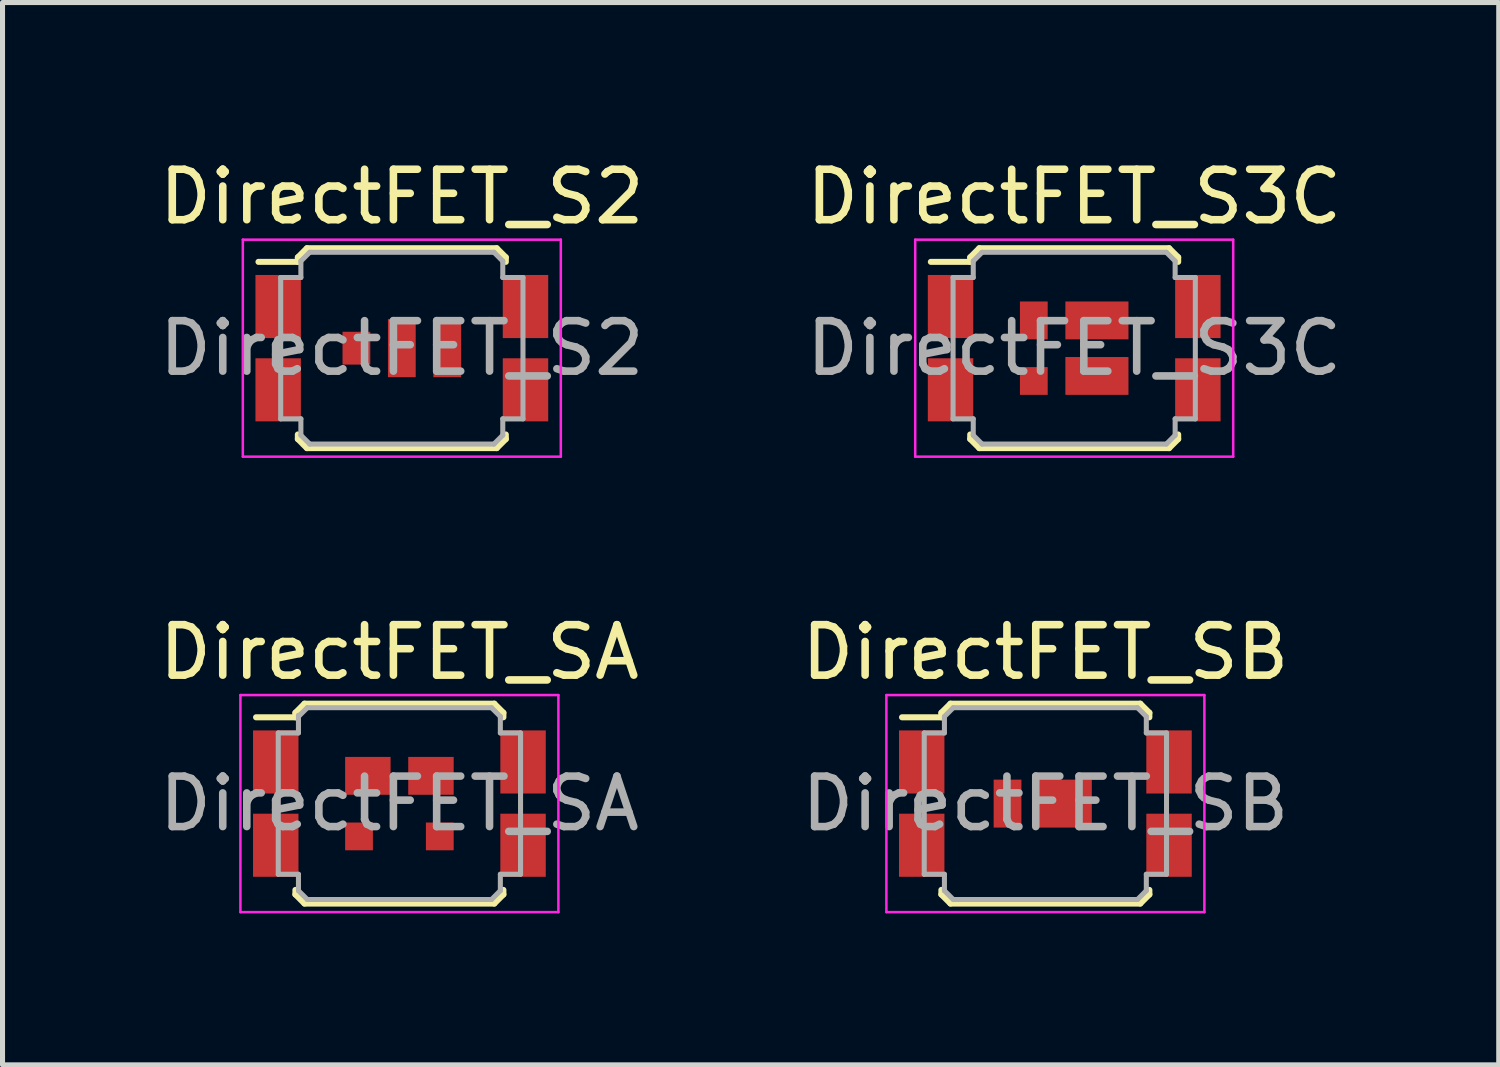
<source format=kicad_pcb>
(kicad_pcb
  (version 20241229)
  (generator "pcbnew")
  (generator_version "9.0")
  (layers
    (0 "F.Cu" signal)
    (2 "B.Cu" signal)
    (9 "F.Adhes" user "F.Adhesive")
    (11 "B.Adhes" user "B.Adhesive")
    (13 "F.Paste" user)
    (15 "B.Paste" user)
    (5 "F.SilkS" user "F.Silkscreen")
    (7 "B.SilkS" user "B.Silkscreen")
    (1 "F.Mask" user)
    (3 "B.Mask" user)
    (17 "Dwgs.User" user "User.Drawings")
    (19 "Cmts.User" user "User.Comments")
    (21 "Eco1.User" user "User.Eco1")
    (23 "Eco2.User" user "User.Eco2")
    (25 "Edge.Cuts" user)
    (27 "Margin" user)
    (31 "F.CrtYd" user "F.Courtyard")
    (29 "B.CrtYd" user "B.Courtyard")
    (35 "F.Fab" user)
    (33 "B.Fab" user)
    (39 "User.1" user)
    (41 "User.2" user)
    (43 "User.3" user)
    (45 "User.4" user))
  (footprint "DirectFET_S2"
    (layer "F.Cu")
    (at 4.911 3.848)
    (property "Reference" "DirectFET_S2" (at 0 -3 0) (layer "F.SilkS") (effects (font (size 1 1) (thickness 0.15))))
    (attr smd)
    (fp_line (start -2.84 -1.71) (end -2.06 -1.71) (stroke (width 0.12) (type solid)) (layer "F.SilkS"))
    (fp_line (start -2.06 -1.8) (end -1.88 -1.98) (stroke (width 0.12) (type solid)) (layer "F.SilkS"))
    (fp_line (start -2.06 -1.71) (end -2.06 -1.8) (stroke (width 0.12) (type solid)) (layer "F.SilkS"))
    (fp_line (start -2.06 1.71) (end -2.06 1.8) (stroke (width 0.12) (type solid)) (layer "F.SilkS"))
    (fp_line (start -2.06 1.8) (end -1.88 1.98) (stroke (width 0.12) (type solid)) (layer "F.SilkS"))
    (fp_line (start -1.88 -1.98) (end 1.88 -1.98) (stroke (width 0.12) (type solid)) (layer "F.SilkS"))
    (fp_line (start -1.88 1.98) (end 1.88 1.98) (stroke (width 0.12) (type solid)) (layer "F.SilkS"))
    (fp_line (start 2.06 -1.8) (end 1.88 -1.98) (stroke (width 0.12) (type solid)) (layer "F.SilkS"))
    (fp_line (start 2.06 -1.71) (end 2.06 -1.8) (stroke (width 0.12) (type solid)) (layer "F.SilkS"))
    (fp_line (start 2.06 1.71) (end 2.06 1.8) (stroke (width 0.12) (type solid)) (layer "F.SilkS"))
    (fp_line (start 2.06 1.8) (end 1.88 1.98) (stroke (width 0.12) (type solid)) (layer "F.SilkS"))
    (fp_line (start -3.15 -2.15) (end -3.15 2.15) (stroke (width 0.05) (type solid)) (layer "F.CrtYd"))
    (fp_line (start -3.15 -2.15) (end 3.15 -2.15) (stroke (width 0.05) (type solid)) (layer "F.CrtYd"))
    (fp_line (start -3.15 2.15) (end 3.15 2.15) (stroke (width 0.05) (type solid)) (layer "F.CrtYd"))
    (fp_line (start 3.15 -2.15) (end 3.15 2.15) (stroke (width 0.05) (type solid)) (layer "F.CrtYd"))
    (fp_line (start -2.4 -1.4) (end -2 -1.4) (stroke (width 0.1) (type solid)) (layer "F.Fab"))
    (fp_line (start -2.4 1.4) (end -2.4 -1.4) (stroke (width 0.1) (type solid)) (layer "F.Fab"))
    (fp_line (start -2.4 1.4) (end -2 1.4) (stroke (width 0.1) (type solid)) (layer "F.Fab"))
    (fp_line (start -2 -1.725) (end -1.825 -1.9) (stroke (width 0.1) (type solid)) (layer "F.Fab"))
    (fp_line (start -2 -1.4) (end -2 -1.725) (stroke (width 0.1) (type solid)) (layer "F.Fab"))
    (fp_line (start -2 1.4) (end -2 1.725) (stroke (width 0.1) (type solid)) (layer "F.Fab"))
    (fp_line (start -2 1.725) (end -1.825 1.9) (stroke (width 0.1) (type solid)) (layer "F.Fab"))
    (fp_line (start -1.825 -1.9) (end 1.825 -1.9) (stroke (width 0.1) (type solid)) (layer "F.Fab"))
    (fp_line (start -1.825 1.9) (end 1.825 1.9) (stroke (width 0.1) (type solid)) (layer "F.Fab"))
    (fp_line (start 1.825 -1.9) (end 2 -1.725) (stroke (width 0.1) (type solid)) (layer "F.Fab"))
    (fp_line (start 1.825 1.9) (end 2 1.725) (stroke (width 0.1) (type solid)) (layer "F.Fab"))
    (fp_line (start 2 -1.4) (end 2 -1.725) (stroke (width 0.1) (type solid)) (layer "F.Fab"))
    (fp_line (start 2 1.4) (end 2 1.725) (stroke (width 0.1) (type solid)) (layer "F.Fab"))
    (fp_line (start 2.4 -1.4) (end 2 -1.4) (stroke (width 0.1) (type solid)) (layer "F.Fab"))
    (fp_line (start 2.4 1.4) (end 2 1.4) (stroke (width 0.1) (type solid)) (layer "F.Fab"))
    (fp_line (start 2.4 1.4) (end 2.4 -1.4) (stroke (width 0.1) (type solid)) (layer "F.Fab"))
    (fp_text user "${REFERENCE}" (at 0 0 0) (layer "F.Fab") (effects (font (size 1 1) (thickness 0.15))))
    (pad "1" smd rect (at -2.45 -0.825) (size 0.9 1.25) (layers "F.Cu" "F.Mask" "F.Paste"))
    (pad "1" smd rect (at -2.45 0.825) (size 0.9 1.25) (layers "F.Cu" "F.Mask" "F.Paste"))
    (pad "1" smd rect (at 2.45 -0.825) (size 0.9 1.25) (layers "F.Cu" "F.Mask" "F.Paste"))
    (pad "1" smd rect (at 2.45 0.825) (size 0.9 1.25) (layers "F.Cu" "F.Mask" "F.Paste"))
    (pad "2" smd rect (at -0.9 0) (size 0.55 0.65) (layers "F.Cu" "F.Mask" "F.Paste"))
    (pad "3" smd rect (at 0 0) (size 0.55 1.15) (layers "F.Cu" "F.Mask" "F.Paste"))
    (pad "3" smd rect (at 0.9 0) (size 0.55 1.15) (layers "F.Cu" "F.Mask" "F.Paste")))
  (footprint "DirectFET_S3C"
    (layer "F.Cu")
    (at 18.232 3.848)
    (property "Reference" "DirectFET_S3C" (at 0 -3 0) (layer "F.SilkS") (effects (font (size 1 1) (thickness 0.15))))
    (attr smd)
    (fp_line (start -2.84 -1.71) (end -2.06 -1.71) (stroke (width 0.12) (type solid)) (layer "F.SilkS"))
    (fp_line (start -2.06 -1.8) (end -1.88 -1.98) (stroke (width 0.12) (type solid)) (layer "F.SilkS"))
    (fp_line (start -2.06 -1.71) (end -2.06 -1.8) (stroke (width 0.12) (type solid)) (layer "F.SilkS"))
    (fp_line (start -2.06 1.71) (end -2.06 1.8) (stroke (width 0.12) (type solid)) (layer "F.SilkS"))
    (fp_line (start -2.06 1.8) (end -1.88 1.98) (stroke (width 0.12) (type solid)) (layer "F.SilkS"))
    (fp_line (start -1.88 -1.98) (end 1.88 -1.98) (stroke (width 0.12) (type solid)) (layer "F.SilkS"))
    (fp_line (start -1.88 1.98) (end 1.88 1.98) (stroke (width 0.12) (type solid)) (layer "F.SilkS"))
    (fp_line (start 2.06 -1.8) (end 1.88 -1.98) (stroke (width 0.12) (type solid)) (layer "F.SilkS"))
    (fp_line (start 2.06 -1.71) (end 2.06 -1.8) (stroke (width 0.12) (type solid)) (layer "F.SilkS"))
    (fp_line (start 2.06 1.71) (end 2.06 1.8) (stroke (width 0.12) (type solid)) (layer "F.SilkS"))
    (fp_line (start 2.06 1.8) (end 1.88 1.98) (stroke (width 0.12) (type solid)) (layer "F.SilkS"))
    (fp_line (start -3.15 -2.15) (end -3.15 2.15) (stroke (width 0.05) (type solid)) (layer "F.CrtYd"))
    (fp_line (start -3.15 -2.15) (end 3.15 -2.15) (stroke (width 0.05) (type solid)) (layer "F.CrtYd"))
    (fp_line (start -3.15 2.15) (end 3.15 2.15) (stroke (width 0.05) (type solid)) (layer "F.CrtYd"))
    (fp_line (start 3.15 -2.15) (end 3.15 2.15) (stroke (width 0.05) (type solid)) (layer "F.CrtYd"))
    (fp_line (start -2.4 -1.4) (end -2 -1.4) (stroke (width 0.1) (type solid)) (layer "F.Fab"))
    (fp_line (start -2.4 1.4) (end -2.4 -1.4) (stroke (width 0.1) (type solid)) (layer "F.Fab"))
    (fp_line (start -2.4 1.4) (end -2 1.4) (stroke (width 0.1) (type solid)) (layer "F.Fab"))
    (fp_line (start -2 -1.725) (end -1.825 -1.9) (stroke (width 0.1) (type solid)) (layer "F.Fab"))
    (fp_line (start -2 -1.4) (end -2 -1.725) (stroke (width 0.1) (type solid)) (layer "F.Fab"))
    (fp_line (start -2 1.4) (end -2 1.725) (stroke (width 0.1) (type solid)) (layer "F.Fab"))
    (fp_line (start -2 1.725) (end -1.825 1.9) (stroke (width 0.1) (type solid)) (layer "F.Fab"))
    (fp_line (start -1.825 -1.9) (end 1.825 -1.9) (stroke (width 0.1) (type solid)) (layer "F.Fab"))
    (fp_line (start -1.825 1.9) (end 1.825 1.9) (stroke (width 0.1) (type solid)) (layer "F.Fab"))
    (fp_line (start 1.825 -1.9) (end 2 -1.725) (stroke (width 0.1) (type solid)) (layer "F.Fab"))
    (fp_line (start 1.825 1.9) (end 2 1.725) (stroke (width 0.1) (type solid)) (layer "F.Fab"))
    (fp_line (start 2 -1.4) (end 2 -1.725) (stroke (width 0.1) (type solid)) (layer "F.Fab"))
    (fp_line (start 2 1.4) (end 2 1.725) (stroke (width 0.1) (type solid)) (layer "F.Fab"))
    (fp_line (start 2.4 -1.4) (end 2 -1.4) (stroke (width 0.1) (type solid)) (layer "F.Fab"))
    (fp_line (start 2.4 1.4) (end 2 1.4) (stroke (width 0.1) (type solid)) (layer "F.Fab"))
    (fp_line (start 2.4 1.4) (end 2.4 -1.4) (stroke (width 0.1) (type solid)) (layer "F.Fab"))
    (fp_text user "${REFERENCE}" (at 0 0 0) (layer "F.Fab") (effects (font (size 1 1) (thickness 0.15))))
    (pad "1" smd rect (at -2.45 -0.825) (size 0.9 1.25) (layers "F.Cu" "F.Mask" "F.Paste"))
    (pad "1" smd rect (at -2.45 0.825) (size 0.9 1.25) (layers "F.Cu" "F.Mask" "F.Paste"))
    (pad "1" smd rect (at 2.45 -0.825) (size 0.9 1.25) (layers "F.Cu" "F.Mask" "F.Paste"))
    (pad "1" smd rect (at 2.45 0.825) (size 0.9 1.25) (layers "F.Cu" "F.Mask" "F.Paste"))
    (pad "2" smd rect (at -0.8 0.65) (size 0.55 0.55) (layers "F.Cu" "F.Mask" "F.Paste"))
    (pad "3" smd rect (at -0.8 -0.55) (size 0.55 0.75) (layers "F.Cu" "F.Mask" "F.Paste"))
    (pad "3" smd rect (at 0.45 -0.55) (size 1.25 0.75) (layers "F.Cu" "F.Mask" "F.Paste"))
    (pad "3" smd rect (at 0.45 0.55) (size 1.25 0.75) (layers "F.Cu" "F.Mask" "F.Paste")))
  (footprint "DirectFET_SB"
    (layer "F.Cu")
    (at 17.661 12.871)
    (property "Reference" "DirectFET_SB" (at 0 -3 0) (layer "F.SilkS") (effects (font (size 1 1) (thickness 0.15))))
    (attr smd)
    (fp_line (start -2.84 -1.71) (end -2.06 -1.71) (stroke (width 0.12) (type solid)) (layer "F.SilkS"))
    (fp_line (start -2.06 -1.8) (end -1.88 -1.98) (stroke (width 0.12) (type solid)) (layer "F.SilkS"))
    (fp_line (start -2.06 -1.71) (end -2.06 -1.8) (stroke (width 0.12) (type solid)) (layer "F.SilkS"))
    (fp_line (start -2.06 1.71) (end -2.06 1.8) (stroke (width 0.12) (type solid)) (layer "F.SilkS"))
    (fp_line (start -2.06 1.8) (end -1.88 1.98) (stroke (width 0.12) (type solid)) (layer "F.SilkS"))
    (fp_line (start -1.88 -1.98) (end 1.88 -1.98) (stroke (width 0.12) (type solid)) (layer "F.SilkS"))
    (fp_line (start -1.88 1.98) (end 1.88 1.98) (stroke (width 0.12) (type solid)) (layer "F.SilkS"))
    (fp_line (start 2.06 -1.8) (end 1.88 -1.98) (stroke (width 0.12) (type solid)) (layer "F.SilkS"))
    (fp_line (start 2.06 -1.71) (end 2.06 -1.8) (stroke (width 0.12) (type solid)) (layer "F.SilkS"))
    (fp_line (start 2.06 1.71) (end 2.06 1.8) (stroke (width 0.12) (type solid)) (layer "F.SilkS"))
    (fp_line (start 2.06 1.8) (end 1.88 1.98) (stroke (width 0.12) (type solid)) (layer "F.SilkS"))
    (fp_line (start -3.15 -2.15) (end -3.15 2.15) (stroke (width 0.05) (type solid)) (layer "F.CrtYd"))
    (fp_line (start -3.15 -2.15) (end 3.15 -2.15) (stroke (width 0.05) (type solid)) (layer "F.CrtYd"))
    (fp_line (start -3.15 2.15) (end 3.15 2.15) (stroke (width 0.05) (type solid)) (layer "F.CrtYd"))
    (fp_line (start 3.15 -2.15) (end 3.15 2.15) (stroke (width 0.05) (type solid)) (layer "F.CrtYd"))
    (fp_line (start -2.4 -1.4) (end -2 -1.4) (stroke (width 0.1) (type solid)) (layer "F.Fab"))
    (fp_line (start -2.4 1.4) (end -2.4 -1.4) (stroke (width 0.1) (type solid)) (layer "F.Fab"))
    (fp_line (start -2.4 1.4) (end -2 1.4) (stroke (width 0.1) (type solid)) (layer "F.Fab"))
    (fp_line (start -2 -1.725) (end -1.825 -1.9) (stroke (width 0.1) (type solid)) (layer "F.Fab"))
    (fp_line (start -2 -1.4) (end -2 -1.725) (stroke (width 0.1) (type solid)) (layer "F.Fab"))
    (fp_line (start -2 1.4) (end -2 1.725) (stroke (width 0.1) (type solid)) (layer "F.Fab"))
    (fp_line (start -2 1.725) (end -1.825 1.9) (stroke (width 0.1) (type solid)) (layer "F.Fab"))
    (fp_line (start -1.825 -1.9) (end 1.825 -1.9) (stroke (width 0.1) (type solid)) (layer "F.Fab"))
    (fp_line (start -1.825 1.9) (end 1.825 1.9) (stroke (width 0.1) (type solid)) (layer "F.Fab"))
    (fp_line (start 1.825 -1.9) (end 2 -1.725) (stroke (width 0.1) (type solid)) (layer "F.Fab"))
    (fp_line (start 1.825 1.9) (end 2 1.725) (stroke (width 0.1) (type solid)) (layer "F.Fab"))
    (fp_line (start 2 -1.4) (end 2 -1.725) (stroke (width 0.1) (type solid)) (layer "F.Fab"))
    (fp_line (start 2 1.4) (end 2 1.725) (stroke (width 0.1) (type solid)) (layer "F.Fab"))
    (fp_line (start 2.4 -1.4) (end 2 -1.4) (stroke (width 0.1) (type solid)) (layer "F.Fab"))
    (fp_line (start 2.4 1.4) (end 2 1.4) (stroke (width 0.1) (type solid)) (layer "F.Fab"))
    (fp_line (start 2.4 1.4) (end 2.4 -1.4) (stroke (width 0.1) (type solid)) (layer "F.Fab"))
    (fp_text user "${REFERENCE}" (at 0 0 0) (layer "F.Fab") (effects (font (size 1 1) (thickness 0.15))))
    (pad "1" smd rect (at -2.45 -0.825) (size 0.9 1.25) (layers "F.Cu" "F.Mask" "F.Paste"))
    (pad "1" smd rect (at -2.45 0.825) (size 0.9 1.25) (layers "F.Cu" "F.Mask" "F.Paste"))
    (pad "1" smd rect (at 2.45 -0.825) (size 0.9 1.25) (layers "F.Cu" "F.Mask" "F.Paste"))
    (pad "1" smd rect (at 2.45 0.825) (size 0.9 1.25) (layers "F.Cu" "F.Mask" "F.Paste"))
    (pad "2" smd rect (at -0.75 0) (size 0.55 0.95) (layers "F.Cu" "F.Mask" "F.Paste"))
    (pad "3" smd rect (at 0.395 0) (size 1.05 0.95) (layers "F.Cu" "F.Mask" "F.Paste")))
  (footprint "DirectFET_SA"
    (layer "F.Cu")
    (at 4.863 12.871)
    (property "Reference" "DirectFET_SA" (at 0 -3 0) (layer "F.SilkS") (effects (font (size 1 1) (thickness 0.15))))
    (attr smd)
    (fp_line (start -2.84 -1.71) (end -2.06 -1.71) (stroke (width 0.12) (type solid)) (layer "F.SilkS"))
    (fp_line (start -2.06 -1.8) (end -1.88 -1.98) (stroke (width 0.12) (type solid)) (layer "F.SilkS"))
    (fp_line (start -2.06 -1.71) (end -2.06 -1.8) (stroke (width 0.12) (type solid)) (layer "F.SilkS"))
    (fp_line (start -2.06 1.71) (end -2.06 1.8) (stroke (width 0.12) (type solid)) (layer "F.SilkS"))
    (fp_line (start -2.06 1.8) (end -1.88 1.98) (stroke (width 0.12) (type solid)) (layer "F.SilkS"))
    (fp_line (start -1.88 -1.98) (end 1.88 -1.98) (stroke (width 0.12) (type solid)) (layer "F.SilkS"))
    (fp_line (start -1.88 1.98) (end 1.88 1.98) (stroke (width 0.12) (type solid)) (layer "F.SilkS"))
    (fp_line (start 2.06 -1.8) (end 1.88 -1.98) (stroke (width 0.12) (type solid)) (layer "F.SilkS"))
    (fp_line (start 2.06 -1.71) (end 2.06 -1.8) (stroke (width 0.12) (type solid)) (layer "F.SilkS"))
    (fp_line (start 2.06 1.71) (end 2.06 1.8) (stroke (width 0.12) (type solid)) (layer "F.SilkS"))
    (fp_line (start 2.06 1.8) (end 1.88 1.98) (stroke (width 0.12) (type solid)) (layer "F.SilkS"))
    (fp_line (start -3.15 -2.15) (end -3.15 2.15) (stroke (width 0.05) (type solid)) (layer "F.CrtYd"))
    (fp_line (start -3.15 -2.15) (end 3.15 -2.15) (stroke (width 0.05) (type solid)) (layer "F.CrtYd"))
    (fp_line (start -3.15 2.15) (end 3.15 2.15) (stroke (width 0.05) (type solid)) (layer "F.CrtYd"))
    (fp_line (start 3.15 -2.15) (end 3.15 2.15) (stroke (width 0.05) (type solid)) (layer "F.CrtYd"))
    (fp_line (start -2.4 -1.4) (end -2 -1.4) (stroke (width 0.1) (type solid)) (layer "F.Fab"))
    (fp_line (start -2.4 1.4) (end -2.4 -1.4) (stroke (width 0.1) (type solid)) (layer "F.Fab"))
    (fp_line (start -2.4 1.4) (end -2 1.4) (stroke (width 0.1) (type solid)) (layer "F.Fab"))
    (fp_line (start -2 -1.725) (end -1.825 -1.9) (stroke (width 0.1) (type solid)) (layer "F.Fab"))
    (fp_line (start -2 -1.4) (end -2 -1.75) (stroke (width 0.1) (type solid)) (layer "F.Fab"))
    (fp_line (start -2 1.4) (end -2 1.725) (stroke (width 0.1) (type solid)) (layer "F.Fab"))
    (fp_line (start -2 1.725) (end -1.825 1.9) (stroke (width 0.1) (type solid)) (layer "F.Fab"))
    (fp_line (start -1.825 -1.9) (end 1.825 -1.9) (stroke (width 0.1) (type solid)) (layer "F.Fab"))
    (fp_line (start -1.825 1.9) (end 1.825 1.9) (stroke (width 0.1) (type solid)) (layer "F.Fab"))
    (fp_line (start 1.825 -1.9) (end 2 -1.725) (stroke (width 0.1) (type solid)) (layer "F.Fab"))
    (fp_line (start 1.825 1.9) (end 2 1.725) (stroke (width 0.1) (type solid)) (layer "F.Fab"))
    (fp_line (start 2 -1.4) (end 2 -1.725) (stroke (width 0.1) (type solid)) (layer "F.Fab"))
    (fp_line (start 2 1.4) (end 2 1.725) (stroke (width 0.1) (type solid)) (layer "F.Fab"))
    (fp_line (start 2.4 -1.4) (end 2 -1.4) (stroke (width 0.1) (type solid)) (layer "F.Fab"))
    (fp_line (start 2.4 1.4) (end 2 1.4) (stroke (width 0.1) (type solid)) (layer "F.Fab"))
    (fp_line (start 2.4 1.4) (end 2.4 -1.4) (stroke (width 0.1) (type solid)) (layer "F.Fab"))
    (fp_text user "${REFERENCE}" (at 0 0 0) (layer "F.Fab") (effects (font (size 1 1) (thickness 0.15))))
    (pad "1" smd rect (at -2.45 -0.825) (size 0.9 1.25) (layers "F.Cu" "F.Mask" "F.Paste"))
    (pad "1" smd rect (at -2.45 0.825) (size 0.9 1.25) (layers "F.Cu" "F.Mask" "F.Paste"))
    (pad "1" smd rect (at 2.45 -0.825) (size 0.9 1.25) (layers "F.Cu" "F.Mask" "F.Paste"))
    (pad "1" smd rect (at 2.45 0.825) (size 0.9 1.25) (layers "F.Cu" "F.Mask" "F.Paste"))
    (pad "2" smd rect (at -0.8 0.65) (size 0.55 0.55) (layers "F.Cu" "F.Mask" "F.Paste"))
    (pad "2" smd rect (at 0.8 0.65) (size 0.55 0.55) (layers "F.Cu" "F.Mask" "F.Paste"))
    (pad "3" smd rect (at -0.625 -0.55) (size 0.9 0.75) (layers "F.Cu" "F.Mask" "F.Paste"))
    (pad "3" smd rect (at 0.625 -0.55) (size 0.9 0.75) (layers "F.Cu" "F.Mask" "F.Paste")))
  (gr_rect
    (start -3 -3)
    (end 26.643 18.047)
    (stroke (width 0.1) (type default))
    (fill no)
    (layer "Edge.Cuts")))
</source>
